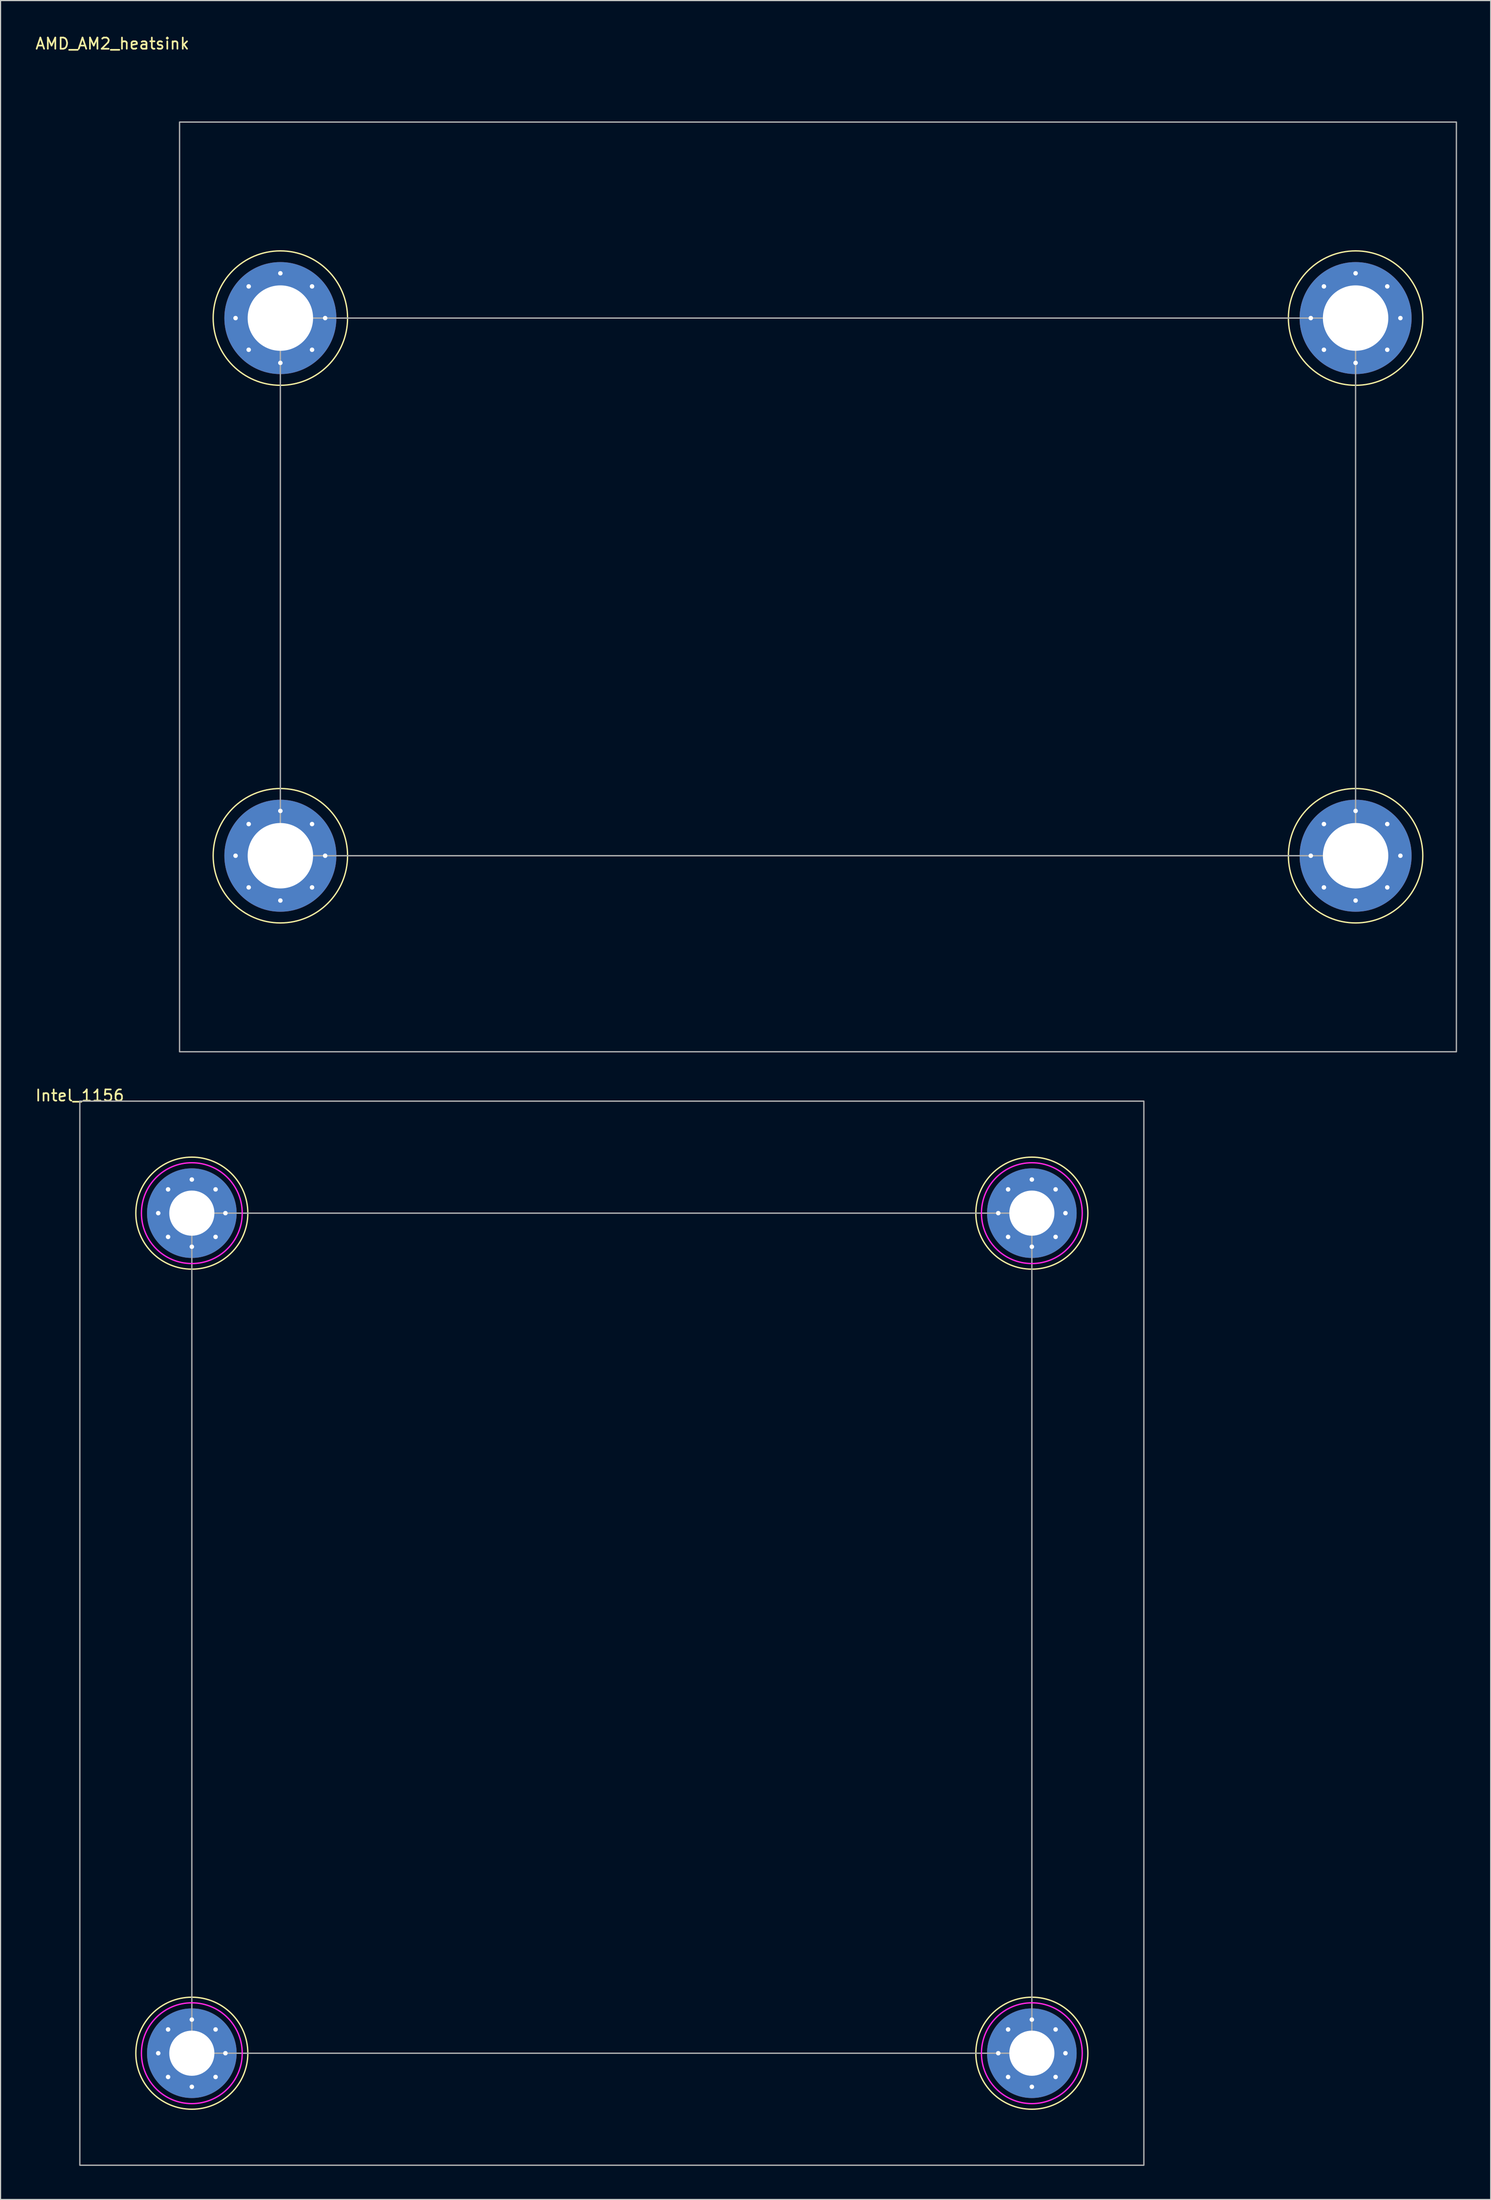
<source format=kicad_pcb>
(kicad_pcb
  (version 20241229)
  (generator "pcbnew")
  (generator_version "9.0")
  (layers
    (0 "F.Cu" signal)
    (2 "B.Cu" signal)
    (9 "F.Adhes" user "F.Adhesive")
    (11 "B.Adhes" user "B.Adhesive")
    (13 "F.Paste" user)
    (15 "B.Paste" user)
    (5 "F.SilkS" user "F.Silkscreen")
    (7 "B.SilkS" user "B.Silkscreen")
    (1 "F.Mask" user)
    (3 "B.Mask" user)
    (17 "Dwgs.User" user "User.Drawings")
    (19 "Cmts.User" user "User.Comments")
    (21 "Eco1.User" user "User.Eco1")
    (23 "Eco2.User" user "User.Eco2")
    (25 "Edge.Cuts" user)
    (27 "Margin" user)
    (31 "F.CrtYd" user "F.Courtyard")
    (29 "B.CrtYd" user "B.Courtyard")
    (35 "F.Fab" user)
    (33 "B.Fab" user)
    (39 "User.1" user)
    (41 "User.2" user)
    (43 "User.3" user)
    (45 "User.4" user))
  (footprint "AMD_AM2_heatsink"
    (layer "F.Cu")
    (at 21.982 21.248)
    (property "Reference" "AMD_AM2_heatsink" (at -15 -20.4 0) (unlocked yes) (layer "F.SilkS") (effects (font (size 1 1) (thickness 0.15))))
    (attr through_hole)
    (fp_circle (center 0 4.1) (end 6 4.1) (stroke (width 0.12) (type solid)) (fill no) (layer "F.SilkS"))
    (fp_circle (center 0 52.1) (end 6 52.1) (stroke (width 0.12) (type solid)) (fill no) (layer "F.SilkS"))
    (fp_circle (center 96 4.1) (end 102 4.1) (stroke (width 0.12) (type solid)) (fill no) (layer "F.SilkS"))
    (fp_circle (center 96 52.1) (end 102 52.1) (stroke (width 0.12) (type solid)) (fill no) (layer "F.SilkS"))
    (fp_rect (start -9 -13.4) (end 105 69.6) (stroke (width 0.12) (type solid)) (fill no) (layer "F.Fab"))
    (fp_rect (start 0 4.1) (end 96 52.1) (stroke (width 0.12) (type solid)) (fill no) (layer "F.Fab"))
    (pad "1" thru_hole circle (at -4 4.1 90) (size 0.7 0.7) (drill 0.4) (layers "*.Cu" "*.Mask"))
    (pad "1" thru_hole circle (at -4 52.1 90) (size 0.7 0.7) (drill 0.4) (layers "*.Cu" "*.Mask"))
    (pad "1" thru_hole circle (at -2.828 1.272 90) (size 0.7 0.7) (drill 0.4) (layers "*.Cu" "*.Mask"))
    (pad "1" thru_hole circle (at -2.828 6.928 90) (size 0.7 0.7) (drill 0.4) (layers "*.Cu" "*.Mask"))
    (pad "1" thru_hole circle (at -2.828 49.272 90) (size 0.7 0.7) (drill 0.4) (layers "*.Cu" "*.Mask"))
    (pad "1" thru_hole circle (at -2.828 54.928 90) (size 0.7 0.7) (drill 0.4) (layers "*.Cu" "*.Mask"))
    (pad "1" thru_hole circle (at 0 0.1 90) (size 0.7 0.7) (drill 0.4) (layers "*.Cu" "*.Mask"))
    (pad "1" thru_hole circle (at 0 4.1 90) (size 10 10) (drill 5.84) (property pad_prop_heatsink) (layers "*.Cu" "*.Mask"))
    (pad "1" thru_hole circle (at 0 8.1 90) (size 0.7 0.7) (drill 0.4) (layers "*.Cu" "*.Mask"))
    (pad "1" thru_hole circle (at 0 48.1 90) (size 0.7 0.7) (drill 0.4) (layers "*.Cu" "*.Mask"))
    (pad "1" thru_hole circle (at 0 52.1 90) (size 10 10) (drill 5.84) (property pad_prop_heatsink) (layers "*.Cu" "*.Mask"))
    (pad "1" thru_hole circle (at 0 56.1 90) (size 0.7 0.7) (drill 0.4) (layers "*.Cu" "*.Mask"))
    (pad "1" thru_hole circle (at 2.828 1.272 90) (size 0.7 0.7) (drill 0.4) (layers "*.Cu" "*.Mask"))
    (pad "1" thru_hole circle (at 2.828 6.928 90) (size 0.7 0.7) (drill 0.4) (layers "*.Cu" "*.Mask"))
    (pad "1" thru_hole circle (at 2.828 49.272 90) (size 0.7 0.7) (drill 0.4) (layers "*.Cu" "*.Mask"))
    (pad "1" thru_hole circle (at 2.828 54.928 90) (size 0.7 0.7) (drill 0.4) (layers "*.Cu" "*.Mask"))
    (pad "1" thru_hole circle (at 4 4.1 90) (size 0.7 0.7) (drill 0.4) (layers "*.Cu" "*.Mask"))
    (pad "1" thru_hole circle (at 4 52.1 90) (size 0.7 0.7) (drill 0.4) (layers "*.Cu" "*.Mask"))
    (pad "1" thru_hole circle (at 92 4.1 90) (size 0.7 0.7) (drill 0.4) (layers "*.Cu" "*.Mask"))
    (pad "1" thru_hole circle (at 92 52.1 90) (size 0.7 0.7) (drill 0.4) (layers "*.Cu" "*.Mask"))
    (pad "1" thru_hole circle (at 93.172 1.272 90) (size 0.7 0.7) (drill 0.4) (layers "*.Cu" "*.Mask"))
    (pad "1" thru_hole circle (at 93.172 6.928 90) (size 0.7 0.7) (drill 0.4) (layers "*.Cu" "*.Mask"))
    (pad "1" thru_hole circle (at 93.172 49.272 90) (size 0.7 0.7) (drill 0.4) (layers "*.Cu" "*.Mask"))
    (pad "1" thru_hole circle (at 93.172 54.928 90) (size 0.7 0.7) (drill 0.4) (layers "*.Cu" "*.Mask"))
    (pad "1" thru_hole circle (at 96 0.1 90) (size 0.7 0.7) (drill 0.4) (layers "*.Cu" "*.Mask"))
    (pad "1" thru_hole circle (at 96 4.1 90) (size 10 10) (drill 5.84) (layers "*.Cu" "*.Mask"))
    (pad "1" thru_hole circle (at 96 8.1 90) (size 0.7 0.7) (drill 0.4) (layers "*.Cu" "*.Mask"))
    (pad "1" thru_hole circle (at 96 48.1 90) (size 0.7 0.7) (drill 0.4) (layers "*.Cu" "*.Mask"))
    (pad "1" thru_hole circle (at 96 52.1 90) (size 10 10) (drill 5.84) (property pad_prop_heatsink) (layers "*.Cu" "*.Mask"))
    (pad "1" thru_hole circle (at 96 56.1 90) (size 0.7 0.7) (drill 0.4) (layers "*.Cu" "*.Mask"))
    (pad "1" thru_hole circle (at 98.828 1.272 90) (size 0.7 0.7) (drill 0.4) (layers "*.Cu" "*.Mask"))
    (pad "1" thru_hole circle (at 98.828 6.928 90) (size 0.7 0.7) (drill 0.4) (layers "*.Cu" "*.Mask"))
    (pad "1" thru_hole circle (at 98.828 49.272 90) (size 0.7 0.7) (drill 0.4) (layers "*.Cu" "*.Mask"))
    (pad "1" thru_hole circle (at 98.828 54.928 90) (size 0.7 0.7) (drill 0.4) (layers "*.Cu" "*.Mask"))
    (pad "1" thru_hole circle (at 100 4.1 90) (size 0.7 0.7) (drill 0.4) (property pad_prop_heatsink) (layers "*.Cu" "*.Mask"))
    (pad "1" thru_hole circle (at 100 52.1 90) (size 0.7 0.7) (drill 0.4) (layers "*.Cu" "*.Mask")))
  (footprint "Intel_1156"
    (layer "F.Cu")
    (at 4.077 95.257)
    (property "Reference" "Intel_1156" (at 0 -0.5 0) (unlocked yes) (layer "F.SilkS") (effects (font (size 1 1) (thickness 0.15))))
    (attr through_hole)
    (fp_circle (center 10 10) (end 15 10) (stroke (width 0.12) (type solid)) (fill no) (layer "F.SilkS"))
    (fp_circle (center 10 85) (end 15 85) (stroke (width 0.12) (type solid)) (fill no) (layer "F.SilkS"))
    (fp_circle (center 85 10) (end 90 10) (stroke (width 0.12) (type solid)) (fill no) (layer "F.SilkS"))
    (fp_circle (center 85 85) (end 90 85) (stroke (width 0.12) (type solid)) (fill no) (layer "F.SilkS"))
    (fp_circle (center 10 10) (end 14.5 10) (stroke (width 0.12) (type solid)) (fill no) (layer "F.CrtYd"))
    (fp_circle (center 10 85) (end 14.5 85) (stroke (width 0.12) (type solid)) (fill no) (layer "F.CrtYd"))
    (fp_circle (center 85 10) (end 89.5 10) (stroke (width 0.12) (type solid)) (fill no) (layer "F.CrtYd"))
    (fp_circle (center 85 85) (end 89.5 85) (stroke (width 0.12) (type solid)) (fill no) (layer "F.CrtYd"))
    (fp_rect (start 0 0) (end 95 95) (stroke (width 0.12) (type solid)) (fill no) (layer "F.Fab"))
    (fp_rect (start 10 10) (end 85 85) (stroke (width 0.12) (type solid)) (fill no) (layer "F.Fab"))
    (pad "" np_thru_hole circle (at 10 10 90) (size 8 8) (drill 4.03) (layers "*.Cu" "*.Mask"))
    (pad "" np_thru_hole circle (at 10 85 90) (size 8 8) (drill 4.03) (layers "*.Cu" "*.Mask"))
    (pad "" np_thru_hole circle (at 85 10 90) (size 8 8) (drill 4.03) (layers "*.Cu" "*.Mask"))
    (pad "" np_thru_hole circle (at 85 85 90) (size 8 8) (drill 4.03) (layers "*.Cu" "*.Mask"))
    (pad "1" thru_hole circle (at 7 10 90) (size 0.7 0.7) (drill 0.4) (layers "*.Cu" "*.Mask"))
    (pad "1" thru_hole circle (at 7 85 90) (size 0.7 0.7) (drill 0.4) (layers "*.Cu" "*.Mask"))
    (pad "1" thru_hole circle (at 7.879 7.879 90) (size 0.7 0.7) (drill 0.4) (layers "*.Cu" "*.Mask"))
    (pad "1" thru_hole circle (at 7.879 12.121 90) (size 0.7 0.7) (drill 0.4) (layers "*.Cu" "*.Mask"))
    (pad "1" thru_hole circle (at 7.879 82.879 90) (size 0.7 0.7) (drill 0.4) (layers "*.Cu" "*.Mask"))
    (pad "1" thru_hole circle (at 7.879 87.121 90) (size 0.7 0.7) (drill 0.4) (layers "*.Cu" "*.Mask"))
    (pad "1" thru_hole circle (at 10 7 90) (size 0.7 0.7) (drill 0.4) (layers "*.Cu" "*.Mask"))
    (pad "1" thru_hole circle (at 10 13 90) (size 0.7 0.7) (drill 0.4) (layers "*.Cu" "*.Mask"))
    (pad "1" thru_hole circle (at 10 82 90) (size 0.7 0.7) (drill 0.4) (layers "*.Cu" "*.Mask"))
    (pad "1" thru_hole circle (at 10 88 90) (size 0.7 0.7) (drill 0.4) (layers "*.Cu" "*.Mask"))
    (pad "1" thru_hole circle (at 12.121 7.879 90) (size 0.7 0.7) (drill 0.4) (layers "*.Cu" "*.Mask"))
    (pad "1" thru_hole circle (at 12.121 12.121 90) (size 0.7 0.7) (drill 0.4) (layers "*.Cu" "*.Mask"))
    (pad "1" thru_hole circle (at 12.121 82.879 90) (size 0.7 0.7) (drill 0.4) (layers "*.Cu" "*.Mask"))
    (pad "1" thru_hole circle (at 12.121 87.121 90) (size 0.7 0.7) (drill 0.4) (layers "*.Cu" "*.Mask"))
    (pad "1" thru_hole circle (at 13 10 90) (size 0.7 0.7) (drill 0.4) (layers "*.Cu" "*.Mask"))
    (pad "1" thru_hole circle (at 13 85 90) (size 0.7 0.7) (drill 0.4) (layers "*.Cu" "*.Mask"))
    (pad "1" thru_hole circle (at 82 10 90) (size 0.7 0.7) (drill 0.4) (layers "*.Cu" "*.Mask"))
    (pad "1" thru_hole circle (at 82 85 90) (size 0.7 0.7) (drill 0.4) (layers "*.Cu" "*.Mask"))
    (pad "1" thru_hole circle (at 82.879 7.879 90) (size 0.7 0.7) (drill 0.4) (layers "*.Cu" "*.Mask"))
    (pad "1" thru_hole circle (at 82.879 12.121 90) (size 0.7 0.7) (drill 0.4) (layers "*.Cu" "*.Mask"))
    (pad "1" thru_hole circle (at 82.879 82.879 90) (size 0.7 0.7) (drill 0.4) (layers "*.Cu" "*.Mask"))
    (pad "1" thru_hole circle (at 82.879 87.121 90) (size 0.7 0.7) (drill 0.4) (layers "*.Cu" "*.Mask"))
    (pad "1" thru_hole circle (at 85 7 90) (size 0.7 0.7) (drill 0.4) (layers "*.Cu" "*.Mask"))
    (pad "1" thru_hole circle (at 85 13 90) (size 0.7 0.7) (drill 0.4) (layers "*.Cu" "*.Mask"))
    (pad "1" thru_hole circle (at 85 82 90) (size 0.7 0.7) (drill 0.4) (layers "*.Cu" "*.Mask"))
    (pad "1" thru_hole circle (at 85 88 90) (size 0.7 0.7) (drill 0.4) (layers "*.Cu" "*.Mask"))
    (pad "1" thru_hole circle (at 87.121 7.879 90) (size 0.7 0.7) (drill 0.4) (layers "*.Cu" "*.Mask"))
    (pad "1" thru_hole circle (at 87.121 12.121 90) (size 0.7 0.7) (drill 0.4) (layers "*.Cu" "*.Mask"))
    (pad "1" thru_hole circle (at 87.121 82.879 90) (size 0.7 0.7) (drill 0.4) (layers "*.Cu" "*.Mask"))
    (pad "1" thru_hole circle (at 87.121 87.121 90) (size 0.7 0.7) (drill 0.4) (layers "*.Cu" "*.Mask"))
    (pad "1" thru_hole circle (at 88 10 90) (size 0.7 0.7) (drill 0.4) (layers "*.Cu" "*.Mask"))
    (pad "1" thru_hole circle (at 88 85 90) (size 0.7 0.7) (drill 0.4) (layers "*.Cu" "*.Mask")))
  (gr_rect
    (start -3 -3)
    (end 130.042 193.316)
    (stroke (width 0.1) (type default))
    (fill no)
    (layer "Edge.Cuts")))
</source>
